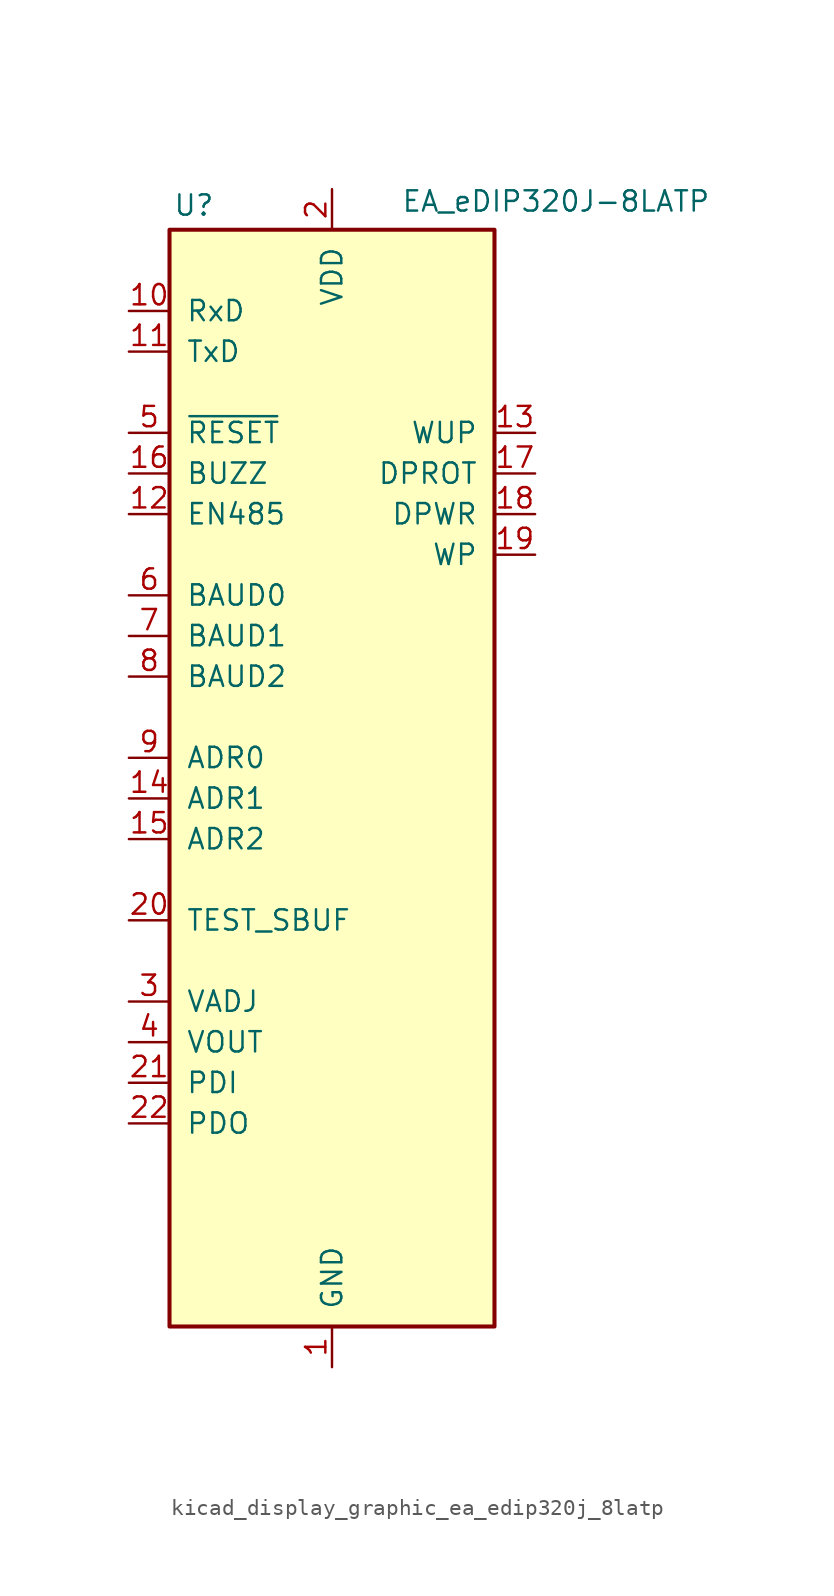
<source format=kicad_sym>
(kicad_symbol_lib
  (version 20220914)
  (generator kicad_symbol_editor)
  (symbol "kicad_display_graphic_ea_edip320j_8latp"
    (pin_names
      (offset 1.016))
    (property "Reference" "U"
      (at -8.636 29.464 0)
      (effects (font (size 1.27 1.27))))
    (property "Value" "EA_eDIP320J-8LATP"
      (at 4.318 29.718 0)
      (effects (font (size 1.27 1.27)) (justify left)))
    (symbol "kicad_display_graphic_ea_edip320j_8latp_0_1"
      (rectangle (start -10.16 27.94) (end 10.16 -40.64) (stroke (width 0.254) (type default)) (fill (type background))))
    (symbol "kicad_display_graphic_ea_edip320j_8latp_1_1"
      (pin power_in line (at 0 -43.18 90) (length 2.54) (name "GND" (effects (font (size 1.27 1.27)))) (number "1" (effects (font (size 1.27 1.27)))))
      (pin input line (at -12.7 22.86 0) (length 2.54) (name "RxD" (effects (font (size 1.27 1.27)))) (number "10" (effects (font (size 1.27 1.27)))))
      (pin output line (at -12.7 20.32 0) (length 2.54) (name "TxD" (effects (font (size 1.27 1.27)))) (number "11" (effects (font (size 1.27 1.27)))))
      (pin output line (at -12.7 10.16 0) (length 2.54) (name "EN485" (effects (font (size 1.27 1.27)))) (number "12" (effects (font (size 1.27 1.27)))))
      (pin input line (at 12.7 15.24 180) (length 2.54) (name "WUP" (effects (font (size 1.27 1.27)))) (number "13" (effects (font (size 1.27 1.27)))))
      (pin input line (at -12.7 -7.62 0) (length 2.54) (name "ADR1" (effects (font (size 1.27 1.27)))) (number "14" (effects (font (size 1.27 1.27)))))
      (pin input line (at -12.7 -10.16 0) (length 2.54) (name "ADR2" (effects (font (size 1.27 1.27)))) (number "15" (effects (font (size 1.27 1.27)))))
      (pin output line (at -12.7 12.7 0) (length 2.54) (name "BUZZ" (effects (font (size 1.27 1.27)))) (number "16" (effects (font (size 1.27 1.27)))))
      (pin input line (at 12.7 12.7 180) (length 2.54) (name "DPROT" (effects (font (size 1.27 1.27)))) (number "17" (effects (font (size 1.27 1.27)))))
      (pin output line (at 12.7 10.16 180) (length 2.54) (name "DPWR" (effects (font (size 1.27 1.27)))) (number "18" (effects (font (size 1.27 1.27)))))
      (pin input line (at 12.7 7.62 180) (length 2.54) (name "WP" (effects (font (size 1.27 1.27)))) (number "19" (effects (font (size 1.27 1.27)))))
      (pin power_in line (at 0 30.48 270) (length 2.54) (name "VDD" (effects (font (size 1.27 1.27)))) (number "2" (effects (font (size 1.27 1.27)))))
      (pin open_collector line (at -12.7 -15.24 0) (length 2.54) (name "TEST_SBUF" (effects (font (size 1.27 1.27)))) (number "20" (effects (font (size 1.27 1.27)))))
      (pin input line (at -12.7 -25.4 0) (length 2.54) (name "PDI" (effects (font (size 1.27 1.27)))) (number "21" (effects (font (size 1.27 1.27)))))
      (pin output line (at -12.7 -27.94 0) (length 2.54) (name "PDO" (effects (font (size 1.27 1.27)))) (number "22" (effects (font (size 1.27 1.27)))))
      (pin no_connect line (at -10.16 -30.48 0) (length 2.54) hide (name "NC" (effects (font (size 1.27 1.27)))) (number "23" (effects (font (size 1.27 1.27)))))
      (pin no_connect line (at -10.16 -33.02 0) (length 2.54) hide (name "NC" (effects (font (size 1.27 1.27)))) (number "24" (effects (font (size 1.27 1.27)))))
      (pin no_connect line (at -10.16 -35.56 0) (length 2.54) hide (name "NC" (effects (font (size 1.27 1.27)))) (number "25" (effects (font (size 1.27 1.27)))))
      (pin no_connect line (at -10.16 -38.1 0) (length 2.54) hide (name "NC" (effects (font (size 1.27 1.27)))) (number "26" (effects (font (size 1.27 1.27)))))
      (pin no_connect line (at 10.16 25.4 180) (length 2.54) hide (name "NC" (effects (font (size 1.27 1.27)))) (number "27" (effects (font (size 1.27 1.27)))))
      (pin no_connect line (at 10.16 22.86 180) (length 2.54) hide (name "NC" (effects (font (size 1.27 1.27)))) (number "28" (effects (font (size 1.27 1.27)))))
      (pin no_connect line (at 10.16 20.32 180) (length 2.54) hide (name "NC" (effects (font (size 1.27 1.27)))) (number "29" (effects (font (size 1.27 1.27)))))
      (pin input line (at -12.7 -20.32 0) (length 2.54) (name "VADJ" (effects (font (size 1.27 1.27)))) (number "3" (effects (font (size 1.27 1.27)))))
      (pin no_connect line (at 10.16 17.78 180) (length 2.54) hide (name "NC" (effects (font (size 1.27 1.27)))) (number "30" (effects (font (size 1.27 1.27)))))
      (pin no_connect line (at 10.16 5.08 180) (length 2.54) hide (name "NC" (effects (font (size 1.27 1.27)))) (number "31" (effects (font (size 1.27 1.27)))))
      (pin no_connect line (at 10.16 2.54 180) (length 2.54) hide (name "NC" (effects (font (size 1.27 1.27)))) (number "32" (effects (font (size 1.27 1.27)))))
      (pin no_connect line (at 10.16 0 180) (length 2.54) hide (name "NC" (effects (font (size 1.27 1.27)))) (number "33" (effects (font (size 1.27 1.27)))))
      (pin no_connect line (at 10.16 -2.54 180) (length 2.54) hide (name "NC" (effects (font (size 1.27 1.27)))) (number "34" (effects (font (size 1.27 1.27)))))
      (pin no_connect line (at 10.16 -5.08 180) (length 2.54) hide (name "NC" (effects (font (size 1.27 1.27)))) (number "35" (effects (font (size 1.27 1.27)))))
      (pin no_connect line (at 10.16 -7.62 180) (length 2.54) hide (name "NC" (effects (font (size 1.27 1.27)))) (number "36" (effects (font (size 1.27 1.27)))))
      (pin no_connect line (at 10.16 -10.16 180) (length 2.54) hide (name "NC" (effects (font (size 1.27 1.27)))) (number "37" (effects (font (size 1.27 1.27)))))
      (pin no_connect line (at 10.16 -12.7 180) (length 2.54) hide (name "NC" (effects (font (size 1.27 1.27)))) (number "38" (effects (font (size 1.27 1.27)))))
      (pin no_connect line (at 10.16 -15.24 180) (length 2.54) hide (name "NC" (effects (font (size 1.27 1.27)))) (number "39" (effects (font (size 1.27 1.27)))))
      (pin output line (at -12.7 -22.86 0) (length 2.54) (name "VOUT" (effects (font (size 1.27 1.27)))) (number "4" (effects (font (size 1.27 1.27)))))
      (pin no_connect line (at 10.16 -17.78 180) (length 2.54) hide (name "NC" (effects (font (size 1.27 1.27)))) (number "40" (effects (font (size 1.27 1.27)))))
      (pin no_connect line (at 10.16 -20.32 180) (length 2.54) hide (name "NC" (effects (font (size 1.27 1.27)))) (number "41" (effects (font (size 1.27 1.27)))))
      (pin no_connect line (at 10.16 -22.86 180) (length 2.54) hide (name "NC" (effects (font (size 1.27 1.27)))) (number "42" (effects (font (size 1.27 1.27)))))
      (pin no_connect line (at 10.16 -25.4 180) (length 2.54) hide (name "NC" (effects (font (size 1.27 1.27)))) (number "43" (effects (font (size 1.27 1.27)))))
      (pin no_connect line (at 10.16 -27.94 180) (length 2.54) hide (name "NC" (effects (font (size 1.27 1.27)))) (number "44" (effects (font (size 1.27 1.27)))))
      (pin no_connect line (at 10.16 -30.48 180) (length 2.54) hide (name "NC" (effects (font (size 1.27 1.27)))) (number "45" (effects (font (size 1.27 1.27)))))
      (pin no_connect line (at 10.16 -33.02 180) (length 2.54) hide (name "NC" (effects (font (size 1.27 1.27)))) (number "46" (effects (font (size 1.27 1.27)))))
      (pin no_connect line (at 10.16 -35.56 180) (length 2.54) hide (name "NC" (effects (font (size 1.27 1.27)))) (number "47" (effects (font (size 1.27 1.27)))))
      (pin input line (at -12.7 15.24 0) (length 2.54) (name "~{RESET}" (effects (font (size 1.27 1.27)))) (number "5" (effects (font (size 1.27 1.27)))))
      (pin input line (at -12.7 5.08 0) (length 2.54) (name "BAUD0" (effects (font (size 1.27 1.27)))) (number "6" (effects (font (size 1.27 1.27)))))
      (pin input line (at -12.7 2.54 0) (length 2.54) (name "BAUD1" (effects (font (size 1.27 1.27)))) (number "7" (effects (font (size 1.27 1.27)))))
      (pin no_connect line (at 10.16 -38.1 180) (length 2.54) hide (name "NC" (effects (font (size 1.27 1.27)))) (number "78" (effects (font (size 1.27 1.27)))))
      (pin input line (at -12.7 0 0) (length 2.54) (name "BAUD2" (effects (font (size 1.27 1.27)))) (number "8" (effects (font (size 1.27 1.27)))))
      (pin input line (at -12.7 -5.08 0) (length 2.54) (name "ADR0" (effects (font (size 1.27 1.27)))) (number "9" (effects (font (size 1.27 1.27))))))))
</source>
